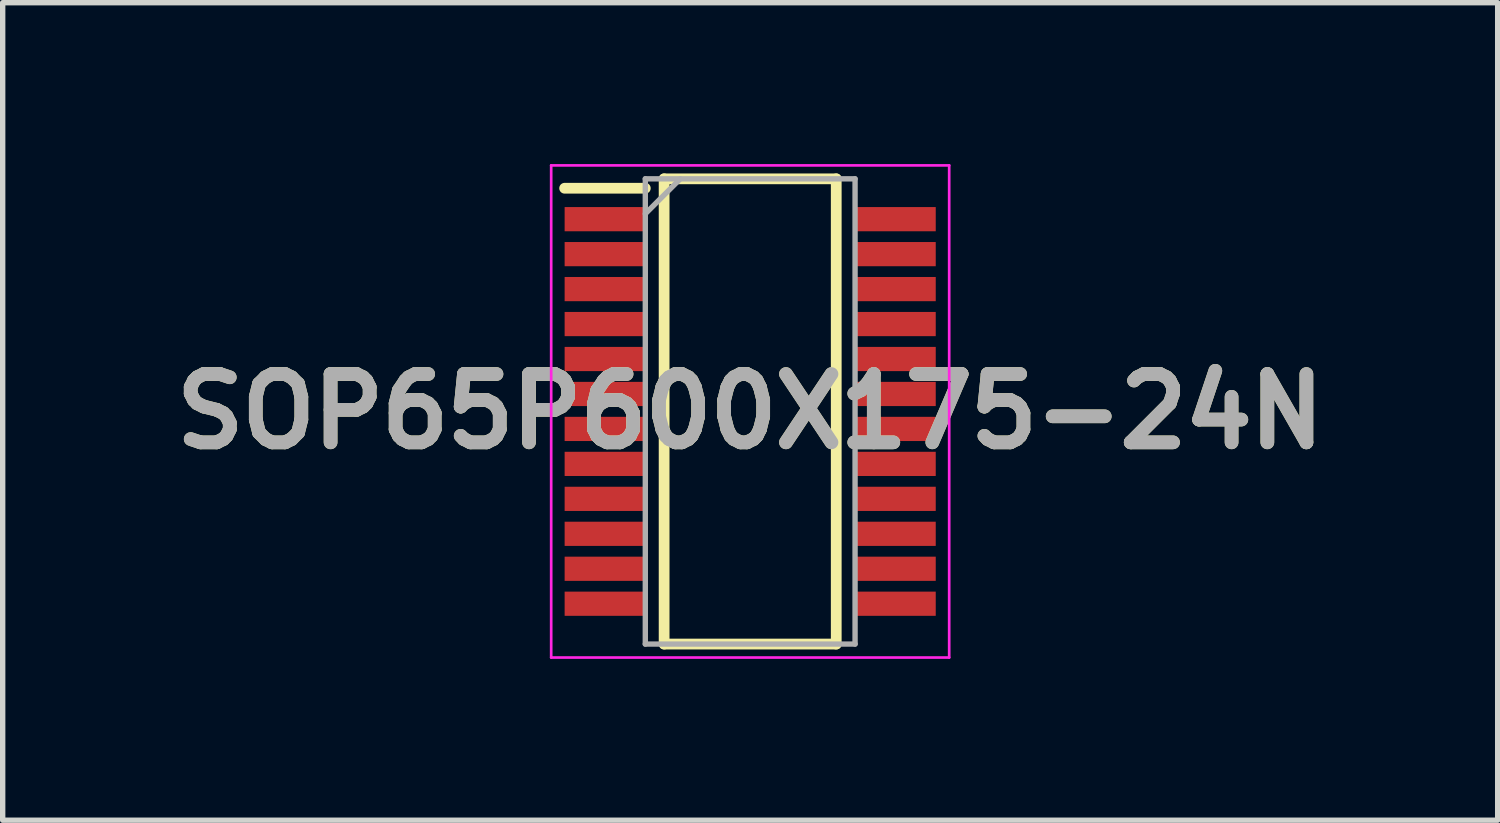
<source format=kicad_pcb>
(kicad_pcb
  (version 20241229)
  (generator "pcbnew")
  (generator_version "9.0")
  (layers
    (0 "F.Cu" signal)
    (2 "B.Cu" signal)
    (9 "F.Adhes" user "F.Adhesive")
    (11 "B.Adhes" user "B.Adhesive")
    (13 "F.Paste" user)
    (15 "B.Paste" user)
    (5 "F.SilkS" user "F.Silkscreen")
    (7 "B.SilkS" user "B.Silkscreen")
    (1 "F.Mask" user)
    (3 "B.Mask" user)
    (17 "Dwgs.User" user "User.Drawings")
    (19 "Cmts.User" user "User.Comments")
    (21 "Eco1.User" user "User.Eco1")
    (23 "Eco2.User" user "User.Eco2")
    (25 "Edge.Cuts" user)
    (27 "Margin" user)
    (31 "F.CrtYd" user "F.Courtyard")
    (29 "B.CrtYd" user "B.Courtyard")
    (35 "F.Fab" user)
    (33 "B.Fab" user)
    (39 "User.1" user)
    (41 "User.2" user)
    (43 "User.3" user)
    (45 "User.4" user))
  (footprint "SOP65P600X175-24N"
    (layer "F.Cu")
    (at 10.898 4.6)
    (property "Reference" "SOP65P600X175-24N" (at 0 0 0) (layer "F.SilkS") (effects (font (size 1.27 1.27) (thickness 0.254))))
    (attr smd)
    (fp_line (start -3.45 -4.15) (end -1.95 -4.15) (stroke (width 0.2) (type solid)) (layer "F.SilkS"))
    (fp_line (start -1.6 -4.325) (end 1.6 -4.325) (stroke (width 0.2) (type solid)) (layer "F.SilkS"))
    (fp_line (start -1.6 4.325) (end -1.6 -4.325) (stroke (width 0.2) (type solid)) (layer "F.SilkS"))
    (fp_line (start 1.6 -4.325) (end 1.6 4.325) (stroke (width 0.2) (type solid)) (layer "F.SilkS"))
    (fp_line (start 1.6 4.325) (end -1.6 4.325) (stroke (width 0.2) (type solid)) (layer "F.SilkS"))
    (fp_line (start -3.7 -4.575) (end 3.7 -4.575) (stroke (width 0.05) (type solid)) (layer "F.CrtYd"))
    (fp_line (start -3.7 4.575) (end -3.7 -4.575) (stroke (width 0.05) (type solid)) (layer "F.CrtYd"))
    (fp_line (start 3.7 -4.575) (end 3.7 4.575) (stroke (width 0.05) (type solid)) (layer "F.CrtYd"))
    (fp_line (start 3.7 4.575) (end -3.7 4.575) (stroke (width 0.05) (type solid)) (layer "F.CrtYd"))
    (fp_line (start -1.95 -4.325) (end 1.95 -4.325) (stroke (width 0.1) (type solid)) (layer "F.Fab"))
    (fp_line (start -1.95 -3.675) (end -1.3 -4.325) (stroke (width 0.1) (type solid)) (layer "F.Fab"))
    (fp_line (start -1.95 4.325) (end -1.95 -4.325) (stroke (width 0.1) (type solid)) (layer "F.Fab"))
    (fp_line (start 1.95 -4.325) (end 1.95 4.325) (stroke (width 0.1) (type solid)) (layer "F.Fab"))
    (fp_line (start 1.95 4.325) (end -1.95 4.325) (stroke (width 0.1) (type solid)) (layer "F.Fab"))
    (fp_text user "${REFERENCE}" (at 0 0 0) (layer "F.Fab") (effects (font (size 1.27 1.27) (thickness 0.254))))
    (pad "1" smd rect (at -2.7 -3.575 90) (size 0.45 1.5) (layers "F.Cu" "F.Mask" "F.Paste"))
    (pad "2" smd rect (at -2.7 -2.925 90) (size 0.45 1.5) (layers "F.Cu" "F.Mask" "F.Paste"))
    (pad "3" smd rect (at -2.7 -2.275 90) (size 0.45 1.5) (layers "F.Cu" "F.Mask" "F.Paste"))
    (pad "4" smd rect (at -2.7 -1.625 90) (size 0.45 1.5) (layers "F.Cu" "F.Mask" "F.Paste"))
    (pad "5" smd rect (at -2.7 -0.975 90) (size 0.45 1.5) (layers "F.Cu" "F.Mask" "F.Paste"))
    (pad "6" smd rect (at -2.7 -0.325 90) (size 0.45 1.5) (layers "F.Cu" "F.Mask" "F.Paste"))
    (pad "7" smd rect (at -2.7 0.325 90) (size 0.45 1.5) (layers "F.Cu" "F.Mask" "F.Paste"))
    (pad "8" smd rect (at -2.7 0.975 90) (size 0.45 1.5) (layers "F.Cu" "F.Mask" "F.Paste"))
    (pad "9" smd rect (at -2.7 1.625 90) (size 0.45 1.5) (layers "F.Cu" "F.Mask" "F.Paste"))
    (pad "10" smd rect (at -2.7 2.275 90) (size 0.45 1.5) (layers "F.Cu" "F.Mask" "F.Paste"))
    (pad "11" smd rect (at -2.7 2.925 90) (size 0.45 1.5) (layers "F.Cu" "F.Mask" "F.Paste"))
    (pad "12" smd rect (at -2.7 3.575 90) (size 0.45 1.5) (layers "F.Cu" "F.Mask" "F.Paste"))
    (pad "13" smd rect (at 2.7 3.575 90) (size 0.45 1.5) (layers "F.Cu" "F.Mask" "F.Paste"))
    (pad "14" smd rect (at 2.7 2.925 90) (size 0.45 1.5) (layers "F.Cu" "F.Mask" "F.Paste"))
    (pad "15" smd rect (at 2.7 2.275 90) (size 0.45 1.5) (layers "F.Cu" "F.Mask" "F.Paste"))
    (pad "16" smd rect (at 2.7 1.625 90) (size 0.45 1.5) (layers "F.Cu" "F.Mask" "F.Paste"))
    (pad "17" smd rect (at 2.7 0.975 90) (size 0.45 1.5) (layers "F.Cu" "F.Mask" "F.Paste"))
    (pad "18" smd rect (at 2.7 0.325 90) (size 0.45 1.5) (layers "F.Cu" "F.Mask" "F.Paste"))
    (pad "19" smd rect (at 2.7 -0.325 90) (size 0.45 1.5) (layers "F.Cu" "F.Mask" "F.Paste"))
    (pad "20" smd rect (at 2.7 -0.975 90) (size 0.45 1.5) (layers "F.Cu" "F.Mask" "F.Paste"))
    (pad "21" smd rect (at 2.7 -1.625 90) (size 0.45 1.5) (layers "F.Cu" "F.Mask" "F.Paste"))
    (pad "22" smd rect (at 2.7 -2.275 90) (size 0.45 1.5) (layers "F.Cu" "F.Mask" "F.Paste"))
    (pad "23" smd rect (at 2.7 -2.925 90) (size 0.45 1.5) (layers "F.Cu" "F.Mask" "F.Paste"))
    (pad "24" smd rect (at 2.7 -3.575 90) (size 0.45 1.5) (layers "F.Cu" "F.Mask" "F.Paste")))
  (gr_rect
    (start -3 -3)
    (end 24.796 12.2)
    (stroke (width 0.1) (type default))
    (fill no)
    (layer "Edge.Cuts")))
</source>
